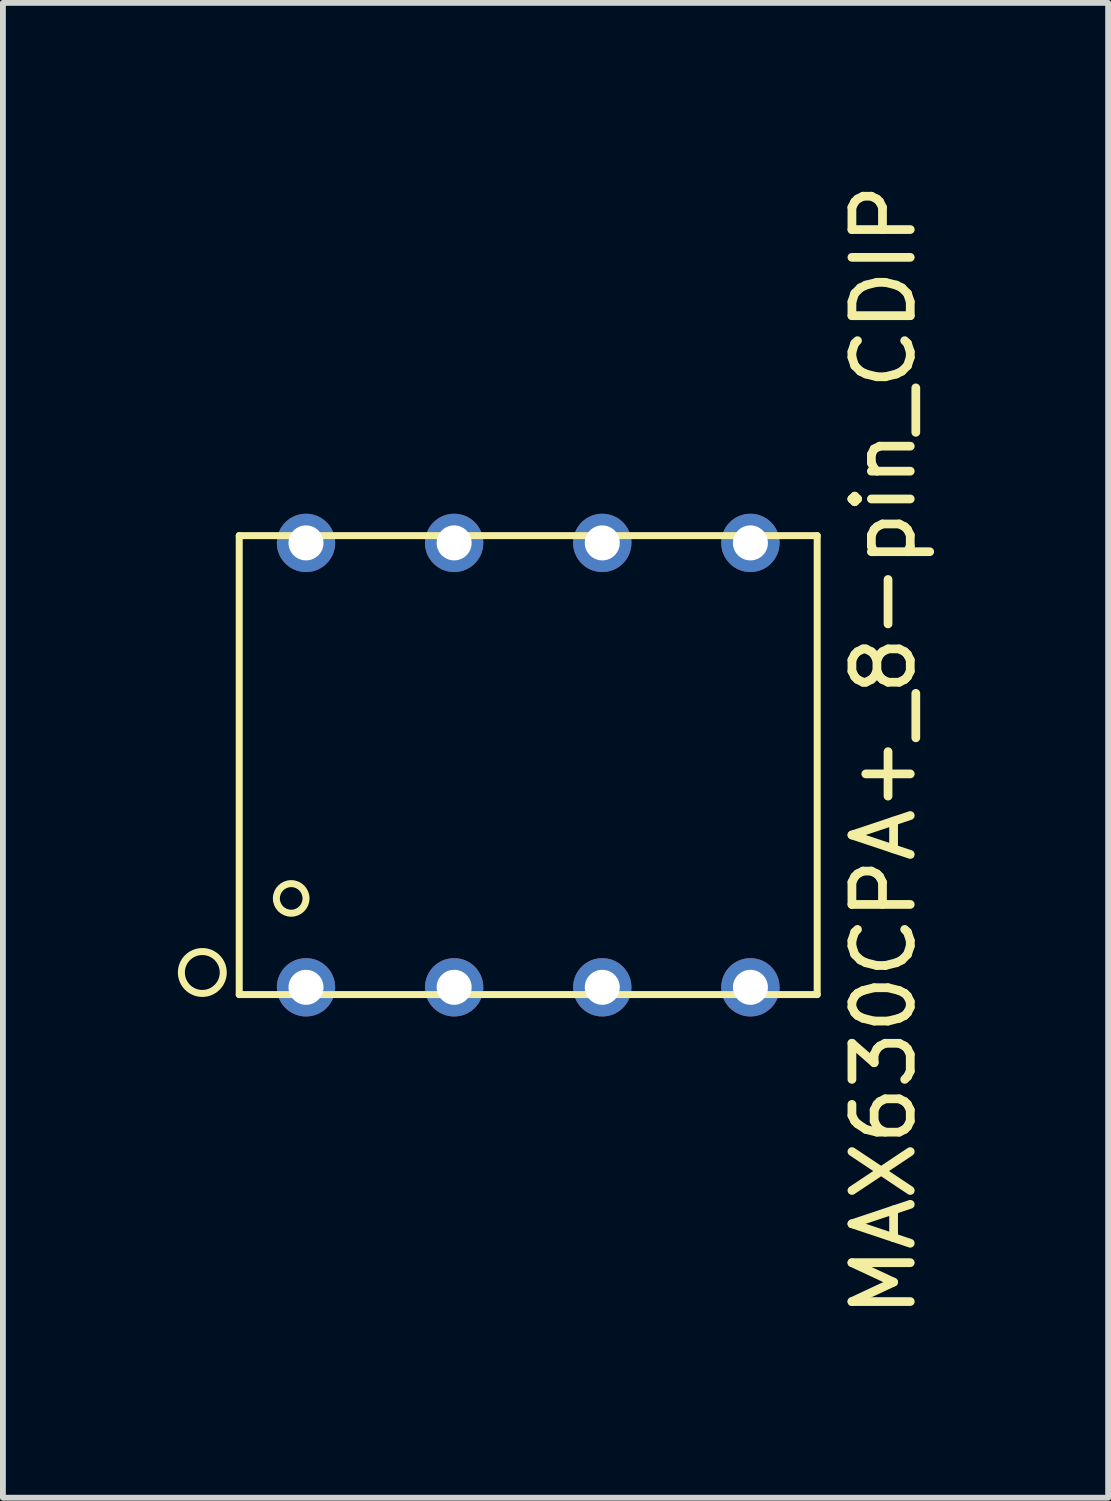
<source format=kicad_pcb>
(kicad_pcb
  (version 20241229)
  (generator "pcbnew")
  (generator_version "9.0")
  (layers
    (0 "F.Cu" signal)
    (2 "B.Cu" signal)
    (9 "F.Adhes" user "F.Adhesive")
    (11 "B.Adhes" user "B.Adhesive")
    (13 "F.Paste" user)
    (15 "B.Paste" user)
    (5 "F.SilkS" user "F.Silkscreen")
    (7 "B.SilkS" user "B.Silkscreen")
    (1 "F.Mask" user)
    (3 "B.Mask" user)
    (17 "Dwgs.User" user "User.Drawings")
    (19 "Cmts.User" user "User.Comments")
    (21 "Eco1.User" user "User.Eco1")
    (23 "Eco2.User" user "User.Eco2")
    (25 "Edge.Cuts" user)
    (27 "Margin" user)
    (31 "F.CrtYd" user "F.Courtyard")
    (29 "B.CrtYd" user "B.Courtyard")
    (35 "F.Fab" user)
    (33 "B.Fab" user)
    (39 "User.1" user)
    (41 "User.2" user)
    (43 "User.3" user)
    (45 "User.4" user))
  (footprint "MAX630CPA+_8-pin_CDIP"
    (layer "F.Cu")
    (at 6.007 10.069)
    (property "Reference" "MAX630CPA+_8-pin_CDIP" (at 6.096 -0.254 90) (layer "F.SilkS") (effects (font (size 1 1) (thickness 0.15))))
    (attr through_hole)
    (fp_line (start -4.955 -3.935) (end -4.955 3.935) (stroke (width 0.12) (type solid)) (layer "F.SilkS"))
    (fp_line (start -4.955 -3.935) (end 4.955 -3.935) (stroke (width 0.12) (type solid)) (layer "F.SilkS"))
    (fp_line (start -4.955 3.935) (end 4.955 3.935) (stroke (width 0.12) (type solid)) (layer "F.SilkS"))
    (fp_line (start 4.955 -3.935) (end 4.955 3.935) (stroke (width 0.12) (type solid)) (layer "F.SilkS"))
    (fp_circle (center -5.588 3.556) (end -5.334 3.302) (stroke (width 0.12) (type solid)) (fill no) (layer "F.SilkS"))
    (fp_circle (center -4.064 2.286) (end -3.81 2.286) (stroke (width 0.12) (type solid)) (fill no) (layer "F.SilkS"))
    (pad "1" thru_hole circle (at -3.81 3.81) (size 1 1) (drill 0.6) (layers "*.Cu" "*.Mask"))
    (pad "2" thru_hole circle (at -1.27 3.81) (size 1 1) (drill 0.6) (layers "*.Cu" "*.Mask"))
    (pad "3" thru_hole circle (at 1.27 3.81) (size 1 1) (drill 0.6) (layers "*.Cu" "*.Mask"))
    (pad "4" thru_hole circle (at 3.81 3.81) (size 1 1) (drill 0.6) (layers "*.Cu" "*.Mask"))
    (pad "5" thru_hole circle (at 3.81 -3.81) (size 1 1) (drill 0.6) (layers "*.Cu" "*.Mask"))
    (pad "6" thru_hole circle (at 1.27 -3.81) (size 1 1) (drill 0.6) (layers "*.Cu" "*.Mask"))
    (pad "7" thru_hole circle (at -1.27 -3.81) (size 1 1) (drill 0.6) (layers "*.Cu" "*.Mask"))
    (pad "8" thru_hole circle (at -3.81 -3.81) (size 1 1) (drill 0.6) (layers "*.Cu" "*.Mask")))
  (gr_rect
    (start -3 -3)
    (end 15.951 22.631)
    (stroke (width 0.1) (type default))
    (fill no)
    (layer "Edge.Cuts")))
</source>
